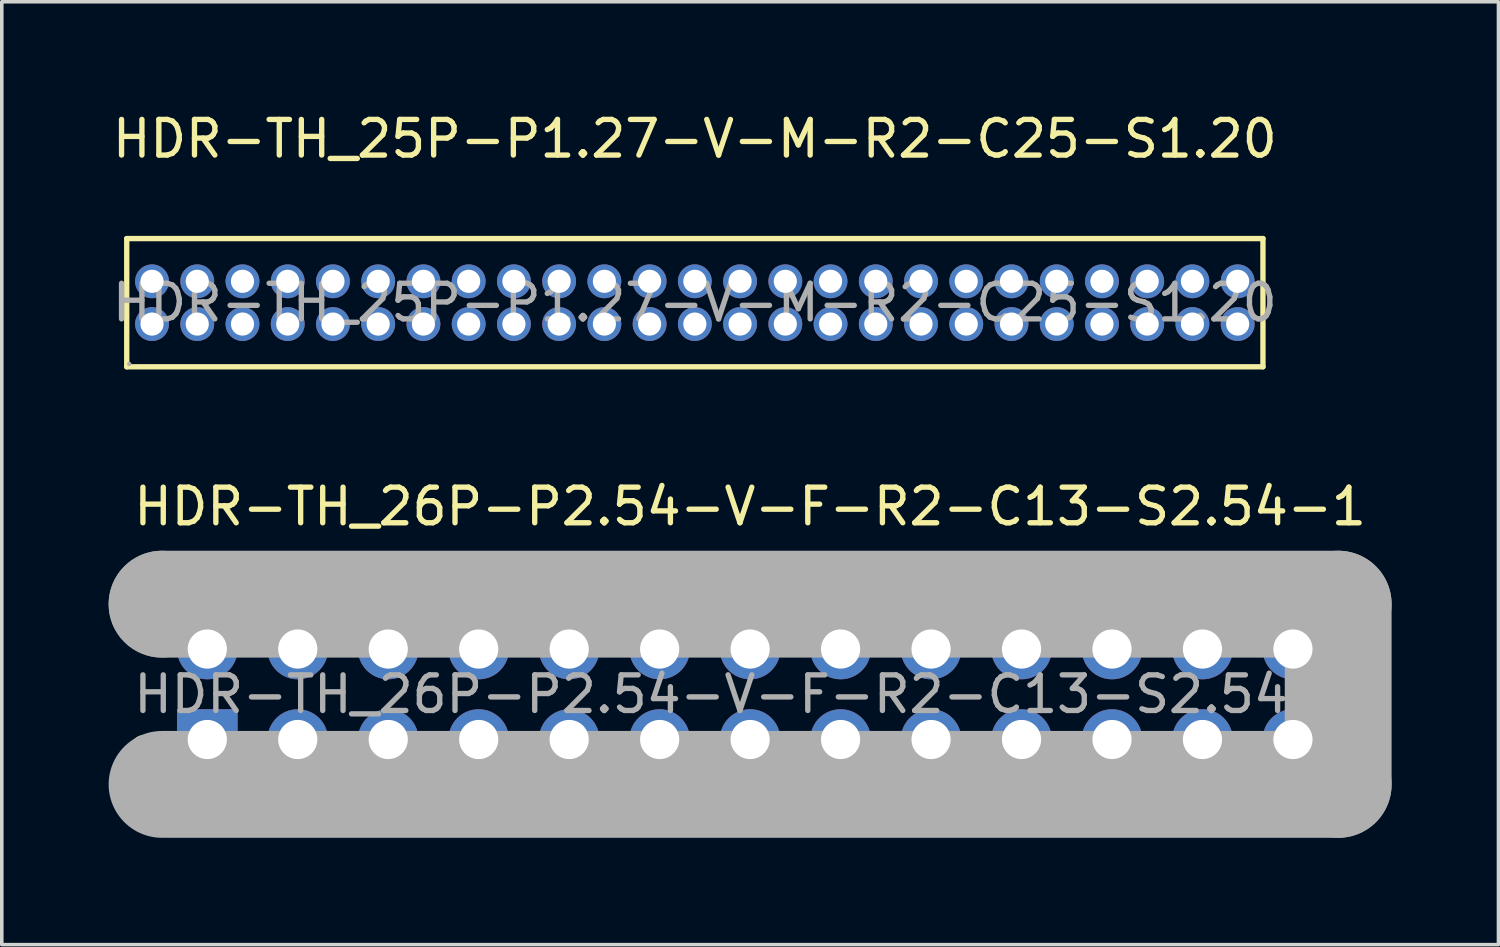
<source format=kicad_pcb>
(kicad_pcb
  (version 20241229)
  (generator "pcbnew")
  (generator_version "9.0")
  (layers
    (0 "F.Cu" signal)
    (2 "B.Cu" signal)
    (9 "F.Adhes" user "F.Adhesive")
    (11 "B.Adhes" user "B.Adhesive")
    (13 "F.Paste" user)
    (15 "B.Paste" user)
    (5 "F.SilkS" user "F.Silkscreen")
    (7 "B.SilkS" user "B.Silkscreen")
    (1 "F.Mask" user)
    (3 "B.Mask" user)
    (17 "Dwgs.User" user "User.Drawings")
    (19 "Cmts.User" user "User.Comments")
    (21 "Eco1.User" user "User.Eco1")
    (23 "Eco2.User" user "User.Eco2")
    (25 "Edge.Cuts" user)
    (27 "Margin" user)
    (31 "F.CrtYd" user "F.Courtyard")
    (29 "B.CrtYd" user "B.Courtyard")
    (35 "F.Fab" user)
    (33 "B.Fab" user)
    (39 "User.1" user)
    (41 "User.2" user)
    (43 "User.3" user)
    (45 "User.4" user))
  (footprint "HDR-TH_26P-P2.54-V-F-R2-C13-S2.54-1"
    (layer "F.Cu")
    (at 18.01 16.442)
    (property "Reference" "HDR-TH_26P-P2.54-V-F-R2-C13-S2.54-1" (at 0 -5.27 0) (layer "F.SilkS") (effects (font (size 1 1) (thickness 0.15))))
    (attr through_hole)
    (fp_circle (center -17.02 1.52) (end -16.77 1.52) (stroke (width 0.25) (type solid)) (fill no) (layer "F.SilkS"))
    (fp_line (start -16.51 -2.53) (end -16.51 -2.53) (stroke (width 3) (type solid)) (layer "F.Fab"))
    (fp_line (start -16.51 -2.53) (end 16.51 -2.53) (stroke (width 3) (type solid)) (layer "F.Fab"))
    (fp_line (start 16.51 -2.53) (end 16.51 2.53) (stroke (width 3) (type solid)) (layer "F.Fab"))
    (fp_line (start 16.51 2.53) (end -16.51 2.53) (stroke (width 3) (type solid)) (layer "F.Fab"))
    (fp_circle (center -16.51 2.5) (end -16.48 2.5) (stroke (width 0.06) (type solid)) (fill no) (layer "F.Fab"))
    (fp_text user "${REFERENCE}" (at 0 0 0) (layer "F.Fab") (effects (font (size 1 1) (thickness 0.15))))
    (pad "1" thru_hole rect (at -15.24 1.27) (size 1.7 1.7) (drill 1.1) (layers "*.Cu" "*.Paste" "*.Mask"))
    (pad "2" thru_hole circle (at -15.24 -1.27) (size 1.7 1.7) (drill 1.1) (layers "*.Cu" "*.Paste" "*.Mask"))
    (pad "3" thru_hole circle (at -12.7 1.27) (size 1.7 1.7) (drill 1.1) (layers "*.Cu" "*.Paste" "*.Mask"))
    (pad "4" thru_hole circle (at -12.7 -1.27) (size 1.7 1.7) (drill 1.1) (layers "*.Cu" "*.Paste" "*.Mask"))
    (pad "5" thru_hole circle (at -10.16 1.27) (size 1.7 1.7) (drill 1.1) (layers "*.Cu" "*.Paste" "*.Mask"))
    (pad "6" thru_hole circle (at -10.16 -1.27) (size 1.7 1.7) (drill 1.1) (layers "*.Cu" "*.Paste" "*.Mask"))
    (pad "7" thru_hole circle (at -7.62 1.27) (size 1.7 1.7) (drill 1.1) (layers "*.Cu" "*.Paste" "*.Mask"))
    (pad "8" thru_hole circle (at -7.62 -1.27) (size 1.7 1.7) (drill 1.1) (layers "*.Cu" "*.Paste" "*.Mask"))
    (pad "9" thru_hole circle (at -5.08 1.27) (size 1.7 1.7) (drill 1.1) (layers "*.Cu" "*.Paste" "*.Mask"))
    (pad "10" thru_hole circle (at -5.08 -1.27) (size 1.7 1.7) (drill 1.1) (layers "*.Cu" "*.Paste" "*.Mask"))
    (pad "11" thru_hole circle (at -2.54 1.27) (size 1.7 1.7) (drill 1.1) (layers "*.Cu" "*.Paste" "*.Mask"))
    (pad "12" thru_hole circle (at -2.54 -1.27) (size 1.7 1.7) (drill 1.1) (layers "*.Cu" "*.Paste" "*.Mask"))
    (pad "13" thru_hole circle (at 0 1.27) (size 1.7 1.7) (drill 1.1) (layers "*.Cu" "*.Paste" "*.Mask"))
    (pad "14" thru_hole circle (at 0 -1.27) (size 1.7 1.7) (drill 1.1) (layers "*.Cu" "*.Paste" "*.Mask"))
    (pad "15" thru_hole circle (at 2.54 1.27) (size 1.7 1.7) (drill 1.1) (layers "*.Cu" "*.Paste" "*.Mask"))
    (pad "16" thru_hole circle (at 2.54 -1.27) (size 1.7 1.7) (drill 1.1) (layers "*.Cu" "*.Paste" "*.Mask"))
    (pad "17" thru_hole circle (at 5.08 1.27) (size 1.7 1.7) (drill 1.1) (layers "*.Cu" "*.Paste" "*.Mask"))
    (pad "18" thru_hole circle (at 5.08 -1.27) (size 1.7 1.7) (drill 1.1) (layers "*.Cu" "*.Paste" "*.Mask"))
    (pad "19" thru_hole circle (at 7.62 1.27) (size 1.7 1.7) (drill 1.1) (layers "*.Cu" "*.Paste" "*.Mask"))
    (pad "20" thru_hole circle (at 7.62 -1.27) (size 1.7 1.7) (drill 1.1) (layers "*.Cu" "*.Paste" "*.Mask"))
    (pad "21" thru_hole circle (at 10.16 1.27) (size 1.7 1.7) (drill 1.1) (layers "*.Cu" "*.Paste" "*.Mask"))
    (pad "22" thru_hole circle (at 10.16 -1.27) (size 1.7 1.7) (drill 1.1) (layers "*.Cu" "*.Paste" "*.Mask"))
    (pad "23" thru_hole circle (at 12.7 1.27) (size 1.7 1.7) (drill 1.1) (layers "*.Cu" "*.Paste" "*.Mask"))
    (pad "24" thru_hole circle (at 12.7 -1.27) (size 1.7 1.7) (drill 1.1) (layers "*.Cu" "*.Paste" "*.Mask"))
    (pad "25" thru_hole circle (at 15.24 1.27) (size 1.7 1.7) (drill 1.1) (layers "*.Cu" "*.Paste" "*.Mask"))
    (pad "26" thru_hole circle (at 15.24 -1.27) (size 1.7 1.7) (drill 1.1) (layers "*.Cu" "*.Paste" "*.Mask")))
  (footprint "HDR-TH_25P-P1.27-V-M-R2-C25-S1.20"
    (layer "F.Cu")
    (at 16.458 5.448)
    (property "Reference" "HDR-TH_25P-P1.27-V-M-R2-C25-S1.20" (at 0 -4.6 0) (layer "F.SilkS") (effects (font (size 1 1) (thickness 0.15))))
    (attr through_hole)
    (fp_line (start -15.95 -1.8) (end 15.95 -1.8) (stroke (width 0.15) (type solid)) (layer "F.SilkS"))
    (fp_line (start -15.95 1.8) (end -15.95 -1.8) (stroke (width 0.15) (type solid)) (layer "F.SilkS"))
    (fp_line (start 15.95 -1.8) (end 15.95 1.8) (stroke (width 0.15) (type solid)) (layer "F.SilkS"))
    (fp_line (start 15.95 1.8) (end -15.95 1.8) (stroke (width 0.15) (type solid)) (layer "F.SilkS"))
    (fp_circle (center -15.88 1.72) (end -15.85 1.72) (stroke (width 0.06) (type solid)) (fill no) (layer "F.Fab"))
    (fp_text user "${REFERENCE}" (at 0 0 0) (layer "F.Fab") (effects (font (size 1 1) (thickness 0.15))))
    (pad "1" thru_hole circle (at -15.24 0.6) (size 0.95 0.95) (drill 0.65) (layers "*.Cu" "*.Paste" "*.Mask"))
    (pad "2" thru_hole circle (at -15.24 -0.6) (size 0.95 0.95) (drill 0.65) (layers "*.Cu" "*.Paste" "*.Mask"))
    (pad "3" thru_hole circle (at -13.97 0.6) (size 0.95 0.95) (drill 0.65) (layers "*.Cu" "*.Paste" "*.Mask"))
    (pad "4" thru_hole circle (at -13.97 -0.6) (size 0.95 0.95) (drill 0.65) (layers "*.Cu" "*.Paste" "*.Mask"))
    (pad "5" thru_hole circle (at -12.7 0.6) (size 0.95 0.95) (drill 0.65) (layers "*.Cu" "*.Paste" "*.Mask"))
    (pad "6" thru_hole circle (at -12.7 -0.6) (size 0.95 0.95) (drill 0.65) (layers "*.Cu" "*.Paste" "*.Mask"))
    (pad "7" thru_hole circle (at -11.43 0.6) (size 0.95 0.95) (drill 0.65) (layers "*.Cu" "*.Paste" "*.Mask"))
    (pad "8" thru_hole circle (at -11.43 -0.6) (size 0.95 0.95) (drill 0.65) (layers "*.Cu" "*.Paste" "*.Mask"))
    (pad "9" thru_hole circle (at -10.16 0.6) (size 0.95 0.95) (drill 0.65) (layers "*.Cu" "*.Paste" "*.Mask"))
    (pad "10" thru_hole circle (at -10.16 -0.6) (size 0.95 0.95) (drill 0.65) (layers "*.Cu" "*.Paste" "*.Mask"))
    (pad "11" thru_hole circle (at -8.89 0.6) (size 0.95 0.95) (drill 0.65) (layers "*.Cu" "*.Paste" "*.Mask"))
    (pad "12" thru_hole circle (at -8.89 -0.6) (size 0.95 0.95) (drill 0.65) (layers "*.Cu" "*.Paste" "*.Mask"))
    (pad "13" thru_hole circle (at -7.62 0.6) (size 0.95 0.95) (drill 0.65) (layers "*.Cu" "*.Paste" "*.Mask"))
    (pad "14" thru_hole circle (at -7.62 -0.6) (size 0.95 0.95) (drill 0.65) (layers "*.Cu" "*.Paste" "*.Mask"))
    (pad "15" thru_hole circle (at -6.35 0.6) (size 0.95 0.95) (drill 0.65) (layers "*.Cu" "*.Paste" "*.Mask"))
    (pad "16" thru_hole circle (at -6.35 -0.6) (size 0.95 0.95) (drill 0.65) (layers "*.Cu" "*.Paste" "*.Mask"))
    (pad "17" thru_hole circle (at -5.08 0.6) (size 0.95 0.95) (drill 0.65) (layers "*.Cu" "*.Paste" "*.Mask"))
    (pad "18" thru_hole circle (at -5.08 -0.6) (size 0.95 0.95) (drill 0.65) (layers "*.Cu" "*.Paste" "*.Mask"))
    (pad "19" thru_hole circle (at -3.81 0.6) (size 0.95 0.95) (drill 0.65) (layers "*.Cu" "*.Paste" "*.Mask"))
    (pad "20" thru_hole circle (at -3.81 -0.6) (size 0.95 0.95) (drill 0.65) (layers "*.Cu" "*.Paste" "*.Mask"))
    (pad "21" thru_hole circle (at -2.54 0.6) (size 0.95 0.95) (drill 0.65) (layers "*.Cu" "*.Paste" "*.Mask"))
    (pad "22" thru_hole circle (at -2.54 -0.6) (size 0.95 0.95) (drill 0.65) (layers "*.Cu" "*.Paste" "*.Mask"))
    (pad "23" thru_hole circle (at -1.27 0.6) (size 0.95 0.95) (drill 0.65) (layers "*.Cu" "*.Paste" "*.Mask"))
    (pad "24" thru_hole circle (at -1.27 -0.6) (size 0.95 0.95) (drill 0.65) (layers "*.Cu" "*.Paste" "*.Mask"))
    (pad "25" thru_hole circle (at 0 0.6) (size 0.95 0.95) (drill 0.65) (layers "*.Cu" "*.Paste" "*.Mask"))
    (pad "26" thru_hole circle (at 0 -0.6) (size 0.95 0.95) (drill 0.65) (layers "*.Cu" "*.Paste" "*.Mask"))
    (pad "27" thru_hole circle (at 1.27 0.6) (size 0.95 0.95) (drill 0.65) (layers "*.Cu" "*.Paste" "*.Mask"))
    (pad "28" thru_hole circle (at 1.27 -0.6) (size 0.95 0.95) (drill 0.65) (layers "*.Cu" "*.Paste" "*.Mask"))
    (pad "29" thru_hole circle (at 2.54 0.6) (size 0.95 0.95) (drill 0.65) (layers "*.Cu" "*.Paste" "*.Mask"))
    (pad "30" thru_hole circle (at 2.54 -0.6) (size 0.95 0.95) (drill 0.65) (layers "*.Cu" "*.Paste" "*.Mask"))
    (pad "31" thru_hole circle (at 3.81 0.6) (size 0.95 0.95) (drill 0.65) (layers "*.Cu" "*.Paste" "*.Mask"))
    (pad "32" thru_hole circle (at 3.81 -0.6) (size 0.95 0.95) (drill 0.65) (layers "*.Cu" "*.Paste" "*.Mask"))
    (pad "33" thru_hole circle (at 5.08 0.6) (size 0.95 0.95) (drill 0.65) (layers "*.Cu" "*.Paste" "*.Mask"))
    (pad "34" thru_hole circle (at 5.08 -0.6) (size 0.95 0.95) (drill 0.65) (layers "*.Cu" "*.Paste" "*.Mask"))
    (pad "35" thru_hole circle (at 6.35 0.6) (size 0.95 0.95) (drill 0.65) (layers "*.Cu" "*.Paste" "*.Mask"))
    (pad "36" thru_hole circle (at 6.35 -0.6) (size 0.95 0.95) (drill 0.65) (layers "*.Cu" "*.Paste" "*.Mask"))
    (pad "37" thru_hole circle (at 7.62 0.6) (size 0.95 0.95) (drill 0.65) (layers "*.Cu" "*.Paste" "*.Mask"))
    (pad "38" thru_hole circle (at 7.62 -0.6) (size 0.95 0.95) (drill 0.65) (layers "*.Cu" "*.Paste" "*.Mask"))
    (pad "39" thru_hole circle (at 8.89 0.6) (size 0.95 0.95) (drill 0.65) (layers "*.Cu" "*.Paste" "*.Mask"))
    (pad "40" thru_hole circle (at 8.89 -0.6) (size 0.95 0.95) (drill 0.65) (layers "*.Cu" "*.Paste" "*.Mask"))
    (pad "41" thru_hole circle (at 10.16 0.6) (size 0.95 0.95) (drill 0.65) (layers "*.Cu" "*.Paste" "*.Mask"))
    (pad "42" thru_hole circle (at 10.16 -0.6) (size 0.95 0.95) (drill 0.65) (layers "*.Cu" "*.Paste" "*.Mask"))
    (pad "43" thru_hole circle (at 11.43 0.6) (size 0.95 0.95) (drill 0.65) (layers "*.Cu" "*.Paste" "*.Mask"))
    (pad "44" thru_hole circle (at 11.43 -0.6) (size 0.95 0.95) (drill 0.65) (layers "*.Cu" "*.Paste" "*.Mask"))
    (pad "45" thru_hole circle (at 12.7 0.6) (size 0.95 0.95) (drill 0.65) (layers "*.Cu" "*.Paste" "*.Mask"))
    (pad "46" thru_hole circle (at 12.7 -0.6) (size 0.95 0.95) (drill 0.65) (layers "*.Cu" "*.Paste" "*.Mask"))
    (pad "47" thru_hole circle (at 13.97 0.6) (size 0.95 0.95) (drill 0.65) (layers "*.Cu" "*.Paste" "*.Mask"))
    (pad "48" thru_hole circle (at 13.97 -0.6) (size 0.95 0.95) (drill 0.65) (layers "*.Cu" "*.Paste" "*.Mask"))
    (pad "49" thru_hole circle (at 15.24 0.6) (size 0.95 0.95) (drill 0.65) (layers "*.Cu" "*.Paste" "*.Mask"))
    (pad "50" thru_hole circle (at 15.24 -0.6) (size 0.95 0.95) (drill 0.65) (layers "*.Cu" "*.Paste" "*.Mask")))
  (gr_rect
    (start -3 -3)
    (end 39.02 23.471)
    (stroke (width 0.1) (type default))
    (fill no)
    (layer "Edge.Cuts")))
</source>
